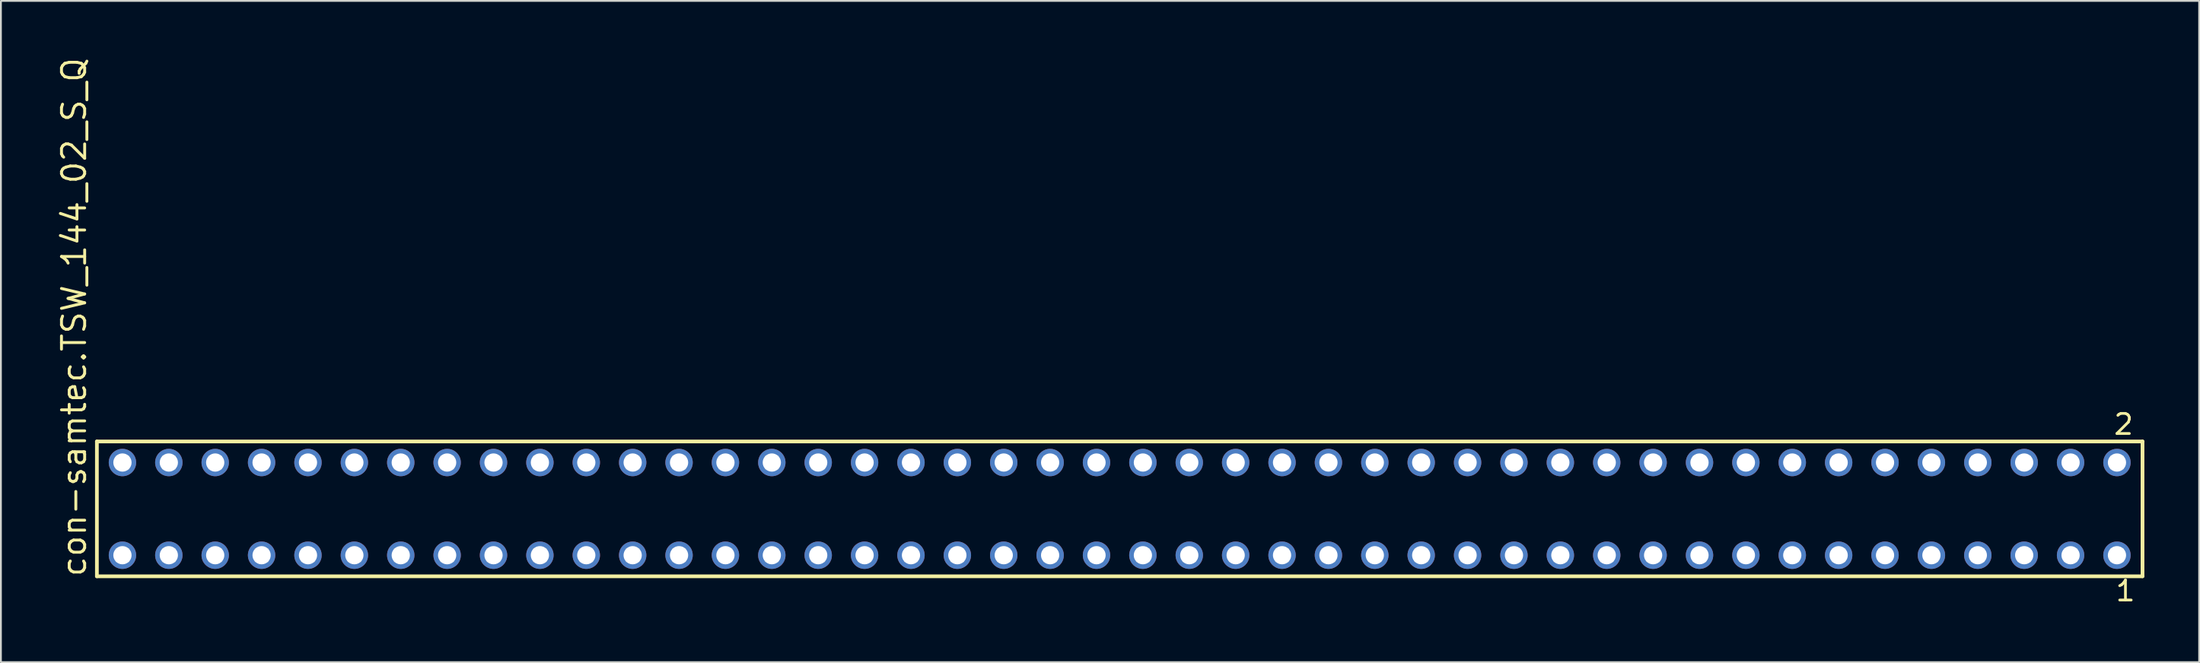
<source format=kicad_pcb>
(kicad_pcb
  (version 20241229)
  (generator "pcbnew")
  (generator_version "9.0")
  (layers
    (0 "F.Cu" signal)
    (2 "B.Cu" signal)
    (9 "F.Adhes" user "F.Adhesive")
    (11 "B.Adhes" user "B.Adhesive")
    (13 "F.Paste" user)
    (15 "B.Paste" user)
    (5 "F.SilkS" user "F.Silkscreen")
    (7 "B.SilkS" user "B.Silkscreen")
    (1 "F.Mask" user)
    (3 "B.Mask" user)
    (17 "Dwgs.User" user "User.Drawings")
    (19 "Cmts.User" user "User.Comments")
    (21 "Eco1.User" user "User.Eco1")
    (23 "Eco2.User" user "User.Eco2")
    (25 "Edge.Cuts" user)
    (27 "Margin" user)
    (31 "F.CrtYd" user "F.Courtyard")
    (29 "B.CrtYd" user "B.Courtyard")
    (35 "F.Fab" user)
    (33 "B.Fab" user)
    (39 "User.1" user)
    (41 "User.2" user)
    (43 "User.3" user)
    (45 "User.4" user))
  (footprint "con-samtec.TSW_144_02_S_Q"
    (layer "F.Cu")
    (at 58.265 24.84)
    (property "Reference" "con-samtec.TSW_144_02_S_Q" (at -56.515 3.81 90) (layer "F.SilkS") (effects (font (size 1.27 1.27) (thickness 0.16)) (justify left bottom)))
    (attr through_hole)
    (fp_line (start -56.009 -3.695) (end 56.009 -3.695) (stroke (width 0.203) (type default)) (layer "F.SilkS"))
    (fp_line (start -56.009 3.695) (end -56.009 -3.695) (stroke (width 0.203) (type default)) (layer "F.SilkS"))
    (fp_line (start 56.009 -3.695) (end 56.009 3.695) (stroke (width 0.203) (type default)) (layer "F.SilkS"))
    (fp_line (start 56.009 3.695) (end -56.009 3.695) (stroke (width 0.203) (type default)) (layer "F.SilkS"))
    (fp_rect (start -54.96 -2.19) (end -54.26 -2.89) (stroke (width 0.05) (type default)) (fill no) (layer "F.Fab"))
    (fp_rect (start -54.96 2.89) (end -54.26 2.19) (stroke (width 0.05) (type default)) (fill no) (layer "F.Fab"))
    (fp_rect (start -52.42 -2.19) (end -51.72 -2.89) (stroke (width 0.05) (type default)) (fill no) (layer "F.Fab"))
    (fp_rect (start -52.42 2.89) (end -51.72 2.19) (stroke (width 0.05) (type default)) (fill no) (layer "F.Fab"))
    (fp_rect (start -49.88 -2.19) (end -49.18 -2.89) (stroke (width 0.05) (type default)) (fill no) (layer "F.Fab"))
    (fp_rect (start -49.88 2.89) (end -49.18 2.19) (stroke (width 0.05) (type default)) (fill no) (layer "F.Fab"))
    (fp_rect (start -47.34 -2.19) (end -46.64 -2.89) (stroke (width 0.05) (type default)) (fill no) (layer "F.Fab"))
    (fp_rect (start -47.34 2.89) (end -46.64 2.19) (stroke (width 0.05) (type default)) (fill no) (layer "F.Fab"))
    (fp_rect (start -44.8 -2.19) (end -44.1 -2.89) (stroke (width 0.05) (type default)) (fill no) (layer "F.Fab"))
    (fp_rect (start -44.8 2.89) (end -44.1 2.19) (stroke (width 0.05) (type default)) (fill no) (layer "F.Fab"))
    (fp_rect (start -42.26 -2.19) (end -41.56 -2.89) (stroke (width 0.05) (type default)) (fill no) (layer "F.Fab"))
    (fp_rect (start -42.26 2.89) (end -41.56 2.19) (stroke (width 0.05) (type default)) (fill no) (layer "F.Fab"))
    (fp_rect (start -39.72 -2.19) (end -39.02 -2.89) (stroke (width 0.05) (type default)) (fill no) (layer "F.Fab"))
    (fp_rect (start -39.72 2.89) (end -39.02 2.19) (stroke (width 0.05) (type default)) (fill no) (layer "F.Fab"))
    (fp_rect (start -37.18 -2.19) (end -36.48 -2.89) (stroke (width 0.05) (type default)) (fill no) (layer "F.Fab"))
    (fp_rect (start -37.18 2.89) (end -36.48 2.19) (stroke (width 0.05) (type default)) (fill no) (layer "F.Fab"))
    (fp_rect (start -34.64 -2.19) (end -33.94 -2.89) (stroke (width 0.05) (type default)) (fill no) (layer "F.Fab"))
    (fp_rect (start -34.64 2.89) (end -33.94 2.19) (stroke (width 0.05) (type default)) (fill no) (layer "F.Fab"))
    (fp_rect (start -32.1 -2.19) (end -31.4 -2.89) (stroke (width 0.05) (type default)) (fill no) (layer "F.Fab"))
    (fp_rect (start -32.1 2.89) (end -31.4 2.19) (stroke (width 0.05) (type default)) (fill no) (layer "F.Fab"))
    (fp_rect (start -29.56 -2.19) (end -28.86 -2.89) (stroke (width 0.05) (type default)) (fill no) (layer "F.Fab"))
    (fp_rect (start -29.56 2.89) (end -28.86 2.19) (stroke (width 0.05) (type default)) (fill no) (layer "F.Fab"))
    (fp_rect (start -27.02 -2.19) (end -26.32 -2.89) (stroke (width 0.05) (type default)) (fill no) (layer "F.Fab"))
    (fp_rect (start -27.02 2.89) (end -26.32 2.19) (stroke (width 0.05) (type default)) (fill no) (layer "F.Fab"))
    (fp_rect (start -24.48 -2.19) (end -23.78 -2.89) (stroke (width 0.05) (type default)) (fill no) (layer "F.Fab"))
    (fp_rect (start -24.48 2.89) (end -23.78 2.19) (stroke (width 0.05) (type default)) (fill no) (layer "F.Fab"))
    (fp_rect (start -21.94 -2.19) (end -21.24 -2.89) (stroke (width 0.05) (type default)) (fill no) (layer "F.Fab"))
    (fp_rect (start -21.94 2.89) (end -21.24 2.19) (stroke (width 0.05) (type default)) (fill no) (layer "F.Fab"))
    (fp_rect (start -19.4 -2.19) (end -18.7 -2.89) (stroke (width 0.05) (type default)) (fill no) (layer "F.Fab"))
    (fp_rect (start -19.4 2.89) (end -18.7 2.19) (stroke (width 0.05) (type default)) (fill no) (layer "F.Fab"))
    (fp_rect (start -16.86 -2.19) (end -16.16 -2.89) (stroke (width 0.05) (type default)) (fill no) (layer "F.Fab"))
    (fp_rect (start -16.86 2.89) (end -16.16 2.19) (stroke (width 0.05) (type default)) (fill no) (layer "F.Fab"))
    (fp_rect (start -14.32 -2.19) (end -13.62 -2.89) (stroke (width 0.05) (type default)) (fill no) (layer "F.Fab"))
    (fp_rect (start -14.32 2.89) (end -13.62 2.19) (stroke (width 0.05) (type default)) (fill no) (layer "F.Fab"))
    (fp_rect (start -11.78 -2.19) (end -11.08 -2.89) (stroke (width 0.05) (type default)) (fill no) (layer "F.Fab"))
    (fp_rect (start -11.78 2.89) (end -11.08 2.19) (stroke (width 0.05) (type default)) (fill no) (layer "F.Fab"))
    (fp_rect (start -9.24 -2.19) (end -8.54 -2.89) (stroke (width 0.05) (type default)) (fill no) (layer "F.Fab"))
    (fp_rect (start -9.24 2.89) (end -8.54 2.19) (stroke (width 0.05) (type default)) (fill no) (layer "F.Fab"))
    (fp_rect (start -6.7 -2.19) (end -6 -2.89) (stroke (width 0.05) (type default)) (fill no) (layer "F.Fab"))
    (fp_rect (start -6.7 2.89) (end -6 2.19) (stroke (width 0.05) (type default)) (fill no) (layer "F.Fab"))
    (fp_rect (start -4.16 -2.19) (end -3.46 -2.89) (stroke (width 0.05) (type default)) (fill no) (layer "F.Fab"))
    (fp_rect (start -4.16 2.89) (end -3.46 2.19) (stroke (width 0.05) (type default)) (fill no) (layer "F.Fab"))
    (fp_rect (start -1.62 -2.19) (end -0.92 -2.89) (stroke (width 0.05) (type default)) (fill no) (layer "F.Fab"))
    (fp_rect (start -1.62 2.89) (end -0.92 2.19) (stroke (width 0.05) (type default)) (fill no) (layer "F.Fab"))
    (fp_rect (start 0.92 -2.19) (end 1.62 -2.89) (stroke (width 0.05) (type default)) (fill no) (layer "F.Fab"))
    (fp_rect (start 0.92 2.89) (end 1.62 2.19) (stroke (width 0.05) (type default)) (fill no) (layer "F.Fab"))
    (fp_rect (start 3.46 -2.19) (end 4.16 -2.89) (stroke (width 0.05) (type default)) (fill no) (layer "F.Fab"))
    (fp_rect (start 3.46 2.89) (end 4.16 2.19) (stroke (width 0.05) (type default)) (fill no) (layer "F.Fab"))
    (fp_rect (start 6 -2.19) (end 6.7 -2.89) (stroke (width 0.05) (type default)) (fill no) (layer "F.Fab"))
    (fp_rect (start 6 2.89) (end 6.7 2.19) (stroke (width 0.05) (type default)) (fill no) (layer "F.Fab"))
    (fp_rect (start 8.54 -2.19) (end 9.24 -2.89) (stroke (width 0.05) (type default)) (fill no) (layer "F.Fab"))
    (fp_rect (start 8.54 2.89) (end 9.24 2.19) (stroke (width 0.05) (type default)) (fill no) (layer "F.Fab"))
    (fp_rect (start 11.08 -2.19) (end 11.78 -2.89) (stroke (width 0.05) (type default)) (fill no) (layer "F.Fab"))
    (fp_rect (start 11.08 2.89) (end 11.78 2.19) (stroke (width 0.05) (type default)) (fill no) (layer "F.Fab"))
    (fp_rect (start 13.62 -2.19) (end 14.32 -2.89) (stroke (width 0.05) (type default)) (fill no) (layer "F.Fab"))
    (fp_rect (start 13.62 2.89) (end 14.32 2.19) (stroke (width 0.05) (type default)) (fill no) (layer "F.Fab"))
    (fp_rect (start 16.16 -2.19) (end 16.86 -2.89) (stroke (width 0.05) (type default)) (fill no) (layer "F.Fab"))
    (fp_rect (start 16.16 2.89) (end 16.86 2.19) (stroke (width 0.05) (type default)) (fill no) (layer "F.Fab"))
    (fp_rect (start 18.7 -2.19) (end 19.4 -2.89) (stroke (width 0.05) (type default)) (fill no) (layer "F.Fab"))
    (fp_rect (start 18.7 2.89) (end 19.4 2.19) (stroke (width 0.05) (type default)) (fill no) (layer "F.Fab"))
    (fp_rect (start 21.24 -2.19) (end 21.94 -2.89) (stroke (width 0.05) (type default)) (fill no) (layer "F.Fab"))
    (fp_rect (start 21.24 2.89) (end 21.94 2.19) (stroke (width 0.05) (type default)) (fill no) (layer "F.Fab"))
    (fp_rect (start 23.78 -2.19) (end 24.48 -2.89) (stroke (width 0.05) (type default)) (fill no) (layer "F.Fab"))
    (fp_rect (start 23.78 2.89) (end 24.48 2.19) (stroke (width 0.05) (type default)) (fill no) (layer "F.Fab"))
    (fp_rect (start 26.32 -2.19) (end 27.02 -2.89) (stroke (width 0.05) (type default)) (fill no) (layer "F.Fab"))
    (fp_rect (start 26.32 2.89) (end 27.02 2.19) (stroke (width 0.05) (type default)) (fill no) (layer "F.Fab"))
    (fp_rect (start 28.86 -2.19) (end 29.56 -2.89) (stroke (width 0.05) (type default)) (fill no) (layer "F.Fab"))
    (fp_rect (start 28.86 2.89) (end 29.56 2.19) (stroke (width 0.05) (type default)) (fill no) (layer "F.Fab"))
    (fp_rect (start 31.4 -2.19) (end 32.1 -2.89) (stroke (width 0.05) (type default)) (fill no) (layer "F.Fab"))
    (fp_rect (start 31.4 2.89) (end 32.1 2.19) (stroke (width 0.05) (type default)) (fill no) (layer "F.Fab"))
    (fp_rect (start 33.94 -2.19) (end 34.64 -2.89) (stroke (width 0.05) (type default)) (fill no) (layer "F.Fab"))
    (fp_rect (start 33.94 2.89) (end 34.64 2.19) (stroke (width 0.05) (type default)) (fill no) (layer "F.Fab"))
    (fp_rect (start 36.48 -2.19) (end 37.18 -2.89) (stroke (width 0.05) (type default)) (fill no) (layer "F.Fab"))
    (fp_rect (start 36.48 2.89) (end 37.18 2.19) (stroke (width 0.05) (type default)) (fill no) (layer "F.Fab"))
    (fp_rect (start 39.02 -2.19) (end 39.72 -2.89) (stroke (width 0.05) (type default)) (fill no) (layer "F.Fab"))
    (fp_rect (start 39.02 2.89) (end 39.72 2.19) (stroke (width 0.05) (type default)) (fill no) (layer "F.Fab"))
    (fp_rect (start 41.56 -2.19) (end 42.26 -2.89) (stroke (width 0.05) (type default)) (fill no) (layer "F.Fab"))
    (fp_rect (start 41.56 2.89) (end 42.26 2.19) (stroke (width 0.05) (type default)) (fill no) (layer "F.Fab"))
    (fp_rect (start 44.1 -2.19) (end 44.8 -2.89) (stroke (width 0.05) (type default)) (fill no) (layer "F.Fab"))
    (fp_rect (start 44.1 2.89) (end 44.8 2.19) (stroke (width 0.05) (type default)) (fill no) (layer "F.Fab"))
    (fp_rect (start 46.64 -2.19) (end 47.34 -2.89) (stroke (width 0.05) (type default)) (fill no) (layer "F.Fab"))
    (fp_rect (start 46.64 2.89) (end 47.34 2.19) (stroke (width 0.05) (type default)) (fill no) (layer "F.Fab"))
    (fp_rect (start 49.18 -2.19) (end 49.88 -2.89) (stroke (width 0.05) (type default)) (fill no) (layer "F.Fab"))
    (fp_rect (start 49.18 2.89) (end 49.88 2.19) (stroke (width 0.05) (type default)) (fill no) (layer "F.Fab"))
    (fp_rect (start 51.72 -2.19) (end 52.42 -2.89) (stroke (width 0.05) (type default)) (fill no) (layer "F.Fab"))
    (fp_rect (start 51.72 2.89) (end 52.42 2.19) (stroke (width 0.05) (type default)) (fill no) (layer "F.Fab"))
    (fp_rect (start 54.26 -2.19) (end 54.96 -2.89) (stroke (width 0.05) (type default)) (fill no) (layer "F.Fab"))
    (fp_rect (start 54.26 2.89) (end 54.96 2.19) (stroke (width 0.05) (type default)) (fill no) (layer "F.Fab"))
    (fp_text user "1" (at 54.452 5.138 0) (layer "F.SilkS") (effects (font (size 1.1 1.1) (thickness 0.15)) (justify left bottom)))
    (fp_text user "2" (at 54.352 -3.989 0) (layer "F.SilkS") (effects (font (size 1.1 1.1) (thickness 0.15)) (justify left bottom)))
    (pad "1" thru_hole circle (at 54.61 2.54 180) (size 1.5 1.5) (drill 1) (layers "*.Cu" "*.Mask"))
    (pad "2" thru_hole circle (at 54.61 -2.54 180) (size 1.5 1.5) (drill 1) (layers "*.Cu" "*.Mask"))
    (pad "3" thru_hole circle (at 52.07 2.54 180) (size 1.5 1.5) (drill 1) (layers "*.Cu" "*.Mask"))
    (pad "4" thru_hole circle (at 52.07 -2.54 180) (size 1.5 1.5) (drill 1) (layers "*.Cu" "*.Mask"))
    (pad "5" thru_hole circle (at 49.53 2.54 180) (size 1.5 1.5) (drill 1) (layers "*.Cu" "*.Mask"))
    (pad "6" thru_hole circle (at 49.53 -2.54 180) (size 1.5 1.5) (drill 1) (layers "*.Cu" "*.Mask"))
    (pad "7" thru_hole circle (at 46.99 2.54 180) (size 1.5 1.5) (drill 1) (layers "*.Cu" "*.Mask"))
    (pad "8" thru_hole circle (at 46.99 -2.54 180) (size 1.5 1.5) (drill 1) (layers "*.Cu" "*.Mask"))
    (pad "9" thru_hole circle (at 44.45 2.54 180) (size 1.5 1.5) (drill 1) (layers "*.Cu" "*.Mask"))
    (pad "10" thru_hole circle (at 44.45 -2.54 180) (size 1.5 1.5) (drill 1) (layers "*.Cu" "*.Mask"))
    (pad "11" thru_hole circle (at 41.91 2.54 180) (size 1.5 1.5) (drill 1) (layers "*.Cu" "*.Mask"))
    (pad "12" thru_hole circle (at 41.91 -2.54 180) (size 1.5 1.5) (drill 1) (layers "*.Cu" "*.Mask"))
    (pad "13" thru_hole circle (at 39.37 2.54 180) (size 1.5 1.5) (drill 1) (layers "*.Cu" "*.Mask"))
    (pad "14" thru_hole circle (at 39.37 -2.54 180) (size 1.5 1.5) (drill 1) (layers "*.Cu" "*.Mask"))
    (pad "15" thru_hole circle (at 36.83 2.54 180) (size 1.5 1.5) (drill 1) (layers "*.Cu" "*.Mask"))
    (pad "16" thru_hole circle (at 36.83 -2.54 180) (size 1.5 1.5) (drill 1) (layers "*.Cu" "*.Mask"))
    (pad "17" thru_hole circle (at 34.29 2.54 180) (size 1.5 1.5) (drill 1) (layers "*.Cu" "*.Mask"))
    (pad "18" thru_hole circle (at 34.29 -2.54 180) (size 1.5 1.5) (drill 1) (layers "*.Cu" "*.Mask"))
    (pad "19" thru_hole circle (at 31.75 2.54 180) (size 1.5 1.5) (drill 1) (layers "*.Cu" "*.Mask"))
    (pad "20" thru_hole circle (at 31.75 -2.54 180) (size 1.5 1.5) (drill 1) (layers "*.Cu" "*.Mask"))
    (pad "21" thru_hole circle (at 29.21 2.54 180) (size 1.5 1.5) (drill 1) (layers "*.Cu" "*.Mask"))
    (pad "22" thru_hole circle (at 29.21 -2.54 180) (size 1.5 1.5) (drill 1) (layers "*.Cu" "*.Mask"))
    (pad "23" thru_hole circle (at 26.67 2.54 180) (size 1.5 1.5) (drill 1) (layers "*.Cu" "*.Mask"))
    (pad "24" thru_hole circle (at 26.67 -2.54 180) (size 1.5 1.5) (drill 1) (layers "*.Cu" "*.Mask"))
    (pad "25" thru_hole circle (at 24.13 2.54 180) (size 1.5 1.5) (drill 1) (layers "*.Cu" "*.Mask"))
    (pad "26" thru_hole circle (at 24.13 -2.54 180) (size 1.5 1.5) (drill 1) (layers "*.Cu" "*.Mask"))
    (pad "27" thru_hole circle (at 21.59 2.54 180) (size 1.5 1.5) (drill 1) (layers "*.Cu" "*.Mask"))
    (pad "28" thru_hole circle (at 21.59 -2.54 180) (size 1.5 1.5) (drill 1) (layers "*.Cu" "*.Mask"))
    (pad "29" thru_hole circle (at 19.05 2.54 180) (size 1.5 1.5) (drill 1) (layers "*.Cu" "*.Mask"))
    (pad "30" thru_hole circle (at 19.05 -2.54 180) (size 1.5 1.5) (drill 1) (layers "*.Cu" "*.Mask"))
    (pad "31" thru_hole circle (at 16.51 2.54 180) (size 1.5 1.5) (drill 1) (layers "*.Cu" "*.Mask"))
    (pad "32" thru_hole circle (at 16.51 -2.54 180) (size 1.5 1.5) (drill 1) (layers "*.Cu" "*.Mask"))
    (pad "33" thru_hole circle (at 13.97 2.54 180) (size 1.5 1.5) (drill 1) (layers "*.Cu" "*.Mask"))
    (pad "34" thru_hole circle (at 13.97 -2.54 180) (size 1.5 1.5) (drill 1) (layers "*.Cu" "*.Mask"))
    (pad "35" thru_hole circle (at 11.43 2.54 180) (size 1.5 1.5) (drill 1) (layers "*.Cu" "*.Mask"))
    (pad "36" thru_hole circle (at 11.43 -2.54 180) (size 1.5 1.5) (drill 1) (layers "*.Cu" "*.Mask"))
    (pad "37" thru_hole circle (at 8.89 2.54 180) (size 1.5 1.5) (drill 1) (layers "*.Cu" "*.Mask"))
    (pad "38" thru_hole circle (at 8.89 -2.54 180) (size 1.5 1.5) (drill 1) (layers "*.Cu" "*.Mask"))
    (pad "39" thru_hole circle (at 6.35 2.54 180) (size 1.5 1.5) (drill 1) (layers "*.Cu" "*.Mask"))
    (pad "40" thru_hole circle (at 6.35 -2.54 180) (size 1.5 1.5) (drill 1) (layers "*.Cu" "*.Mask"))
    (pad "41" thru_hole circle (at 3.81 2.54 180) (size 1.5 1.5) (drill 1) (layers "*.Cu" "*.Mask"))
    (pad "42" thru_hole circle (at 3.81 -2.54 180) (size 1.5 1.5) (drill 1) (layers "*.Cu" "*.Mask"))
    (pad "43" thru_hole circle (at 1.27 2.54 180) (size 1.5 1.5) (drill 1) (layers "*.Cu" "*.Mask"))
    (pad "44" thru_hole circle (at 1.27 -2.54 180) (size 1.5 1.5) (drill 1) (layers "*.Cu" "*.Mask"))
    (pad "45" thru_hole circle (at -1.27 2.54 180) (size 1.5 1.5) (drill 1) (layers "*.Cu" "*.Mask"))
    (pad "46" thru_hole circle (at -1.27 -2.54 180) (size 1.5 1.5) (drill 1) (layers "*.Cu" "*.Mask"))
    (pad "47" thru_hole circle (at -3.81 2.54 180) (size 1.5 1.5) (drill 1) (layers "*.Cu" "*.Mask"))
    (pad "48" thru_hole circle (at -3.81 -2.54 180) (size 1.5 1.5) (drill 1) (layers "*.Cu" "*.Mask"))
    (pad "49" thru_hole circle (at -6.35 2.54 180) (size 1.5 1.5) (drill 1) (layers "*.Cu" "*.Mask"))
    (pad "50" thru_hole circle (at -6.35 -2.54 180) (size 1.5 1.5) (drill 1) (layers "*.Cu" "*.Mask"))
    (pad "51" thru_hole circle (at -8.89 2.54 180) (size 1.5 1.5) (drill 1) (layers "*.Cu" "*.Mask"))
    (pad "52" thru_hole circle (at -8.89 -2.54 180) (size 1.5 1.5) (drill 1) (layers "*.Cu" "*.Mask"))
    (pad "53" thru_hole circle (at -11.43 2.54 180) (size 1.5 1.5) (drill 1) (layers "*.Cu" "*.Mask"))
    (pad "54" thru_hole circle (at -11.43 -2.54 180) (size 1.5 1.5) (drill 1) (layers "*.Cu" "*.Mask"))
    (pad "55" thru_hole circle (at -13.97 2.54 180) (size 1.5 1.5) (drill 1) (layers "*.Cu" "*.Mask"))
    (pad "56" thru_hole circle (at -13.97 -2.54 180) (size 1.5 1.5) (drill 1) (layers "*.Cu" "*.Mask"))
    (pad "57" thru_hole circle (at -16.51 2.54 180) (size 1.5 1.5) (drill 1) (layers "*.Cu" "*.Mask"))
    (pad "58" thru_hole circle (at -16.51 -2.54 180) (size 1.5 1.5) (drill 1) (layers "*.Cu" "*.Mask"))
    (pad "59" thru_hole circle (at -19.05 2.54 180) (size 1.5 1.5) (drill 1) (layers "*.Cu" "*.Mask"))
    (pad "60" thru_hole circle (at -19.05 -2.54 180) (size 1.5 1.5) (drill 1) (layers "*.Cu" "*.Mask"))
    (pad "61" thru_hole circle (at -21.59 2.54 180) (size 1.5 1.5) (drill 1) (layers "*.Cu" "*.Mask"))
    (pad "62" thru_hole circle (at -21.59 -2.54 180) (size 1.5 1.5) (drill 1) (layers "*.Cu" "*.Mask"))
    (pad "63" thru_hole circle (at -24.13 2.54 180) (size 1.5 1.5) (drill 1) (layers "*.Cu" "*.Mask"))
    (pad "64" thru_hole circle (at -24.13 -2.54 180) (size 1.5 1.5) (drill 1) (layers "*.Cu" "*.Mask"))
    (pad "65" thru_hole circle (at -26.67 2.54 180) (size 1.5 1.5) (drill 1) (layers "*.Cu" "*.Mask"))
    (pad "66" thru_hole circle (at -26.67 -2.54 180) (size 1.5 1.5) (drill 1) (layers "*.Cu" "*.Mask"))
    (pad "67" thru_hole circle (at -29.21 2.54 180) (size 1.5 1.5) (drill 1) (layers "*.Cu" "*.Mask"))
    (pad "68" thru_hole circle (at -29.21 -2.54 180) (size 1.5 1.5) (drill 1) (layers "*.Cu" "*.Mask"))
    (pad "69" thru_hole circle (at -31.75 2.54 180) (size 1.5 1.5) (drill 1) (layers "*.Cu" "*.Mask"))
    (pad "70" thru_hole circle (at -31.75 -2.54 180) (size 1.5 1.5) (drill 1) (layers "*.Cu" "*.Mask"))
    (pad "71" thru_hole circle (at -34.29 2.54 180) (size 1.5 1.5) (drill 1) (layers "*.Cu" "*.Mask"))
    (pad "72" thru_hole circle (at -34.29 -2.54 180) (size 1.5 1.5) (drill 1) (layers "*.Cu" "*.Mask"))
    (pad "73" thru_hole circle (at -36.83 2.54 180) (size 1.5 1.5) (drill 1) (layers "*.Cu" "*.Mask"))
    (pad "74" thru_hole circle (at -36.83 -2.54 180) (size 1.5 1.5) (drill 1) (layers "*.Cu" "*.Mask"))
    (pad "75" thru_hole circle (at -39.37 2.54 180) (size 1.5 1.5) (drill 1) (layers "*.Cu" "*.Mask"))
    (pad "76" thru_hole circle (at -39.37 -2.54 180) (size 1.5 1.5) (drill 1) (layers "*.Cu" "*.Mask"))
    (pad "77" thru_hole circle (at -41.91 2.54 180) (size 1.5 1.5) (drill 1) (layers "*.Cu" "*.Mask"))
    (pad "78" thru_hole circle (at -41.91 -2.54 180) (size 1.5 1.5) (drill 1) (layers "*.Cu" "*.Mask"))
    (pad "79" thru_hole circle (at -44.45 2.54 180) (size 1.5 1.5) (drill 1) (layers "*.Cu" "*.Mask"))
    (pad "80" thru_hole circle (at -44.45 -2.54 180) (size 1.5 1.5) (drill 1) (layers "*.Cu" "*.Mask"))
    (pad "81" thru_hole circle (at -46.99 2.54 180) (size 1.5 1.5) (drill 1) (layers "*.Cu" "*.Mask"))
    (pad "82" thru_hole circle (at -46.99 -2.54 180) (size 1.5 1.5) (drill 1) (layers "*.Cu" "*.Mask"))
    (pad "83" thru_hole circle (at -49.53 2.54 180) (size 1.5 1.5) (drill 1) (layers "*.Cu" "*.Mask"))
    (pad "84" thru_hole circle (at -49.53 -2.54 180) (size 1.5 1.5) (drill 1) (layers "*.Cu" "*.Mask"))
    (pad "85" thru_hole circle (at -52.07 2.54 180) (size 1.5 1.5) (drill 1) (layers "*.Cu" "*.Mask"))
    (pad "86" thru_hole circle (at -52.07 -2.54 180) (size 1.5 1.5) (drill 1) (layers "*.Cu" "*.Mask"))
    (pad "87" thru_hole circle (at -54.61 2.54 180) (size 1.5 1.5) (drill 1) (layers "*.Cu" "*.Mask"))
    (pad "88" thru_hole circle (at -54.61 -2.54 180) (size 1.5 1.5) (drill 1) (layers "*.Cu" "*.Mask")))
  (gr_rect
    (start -3 -3)
    (end 117.376 33.241)
    (stroke (width 0.1) (type default))
    (fill no)
    (layer "Edge.Cuts")))
</source>
